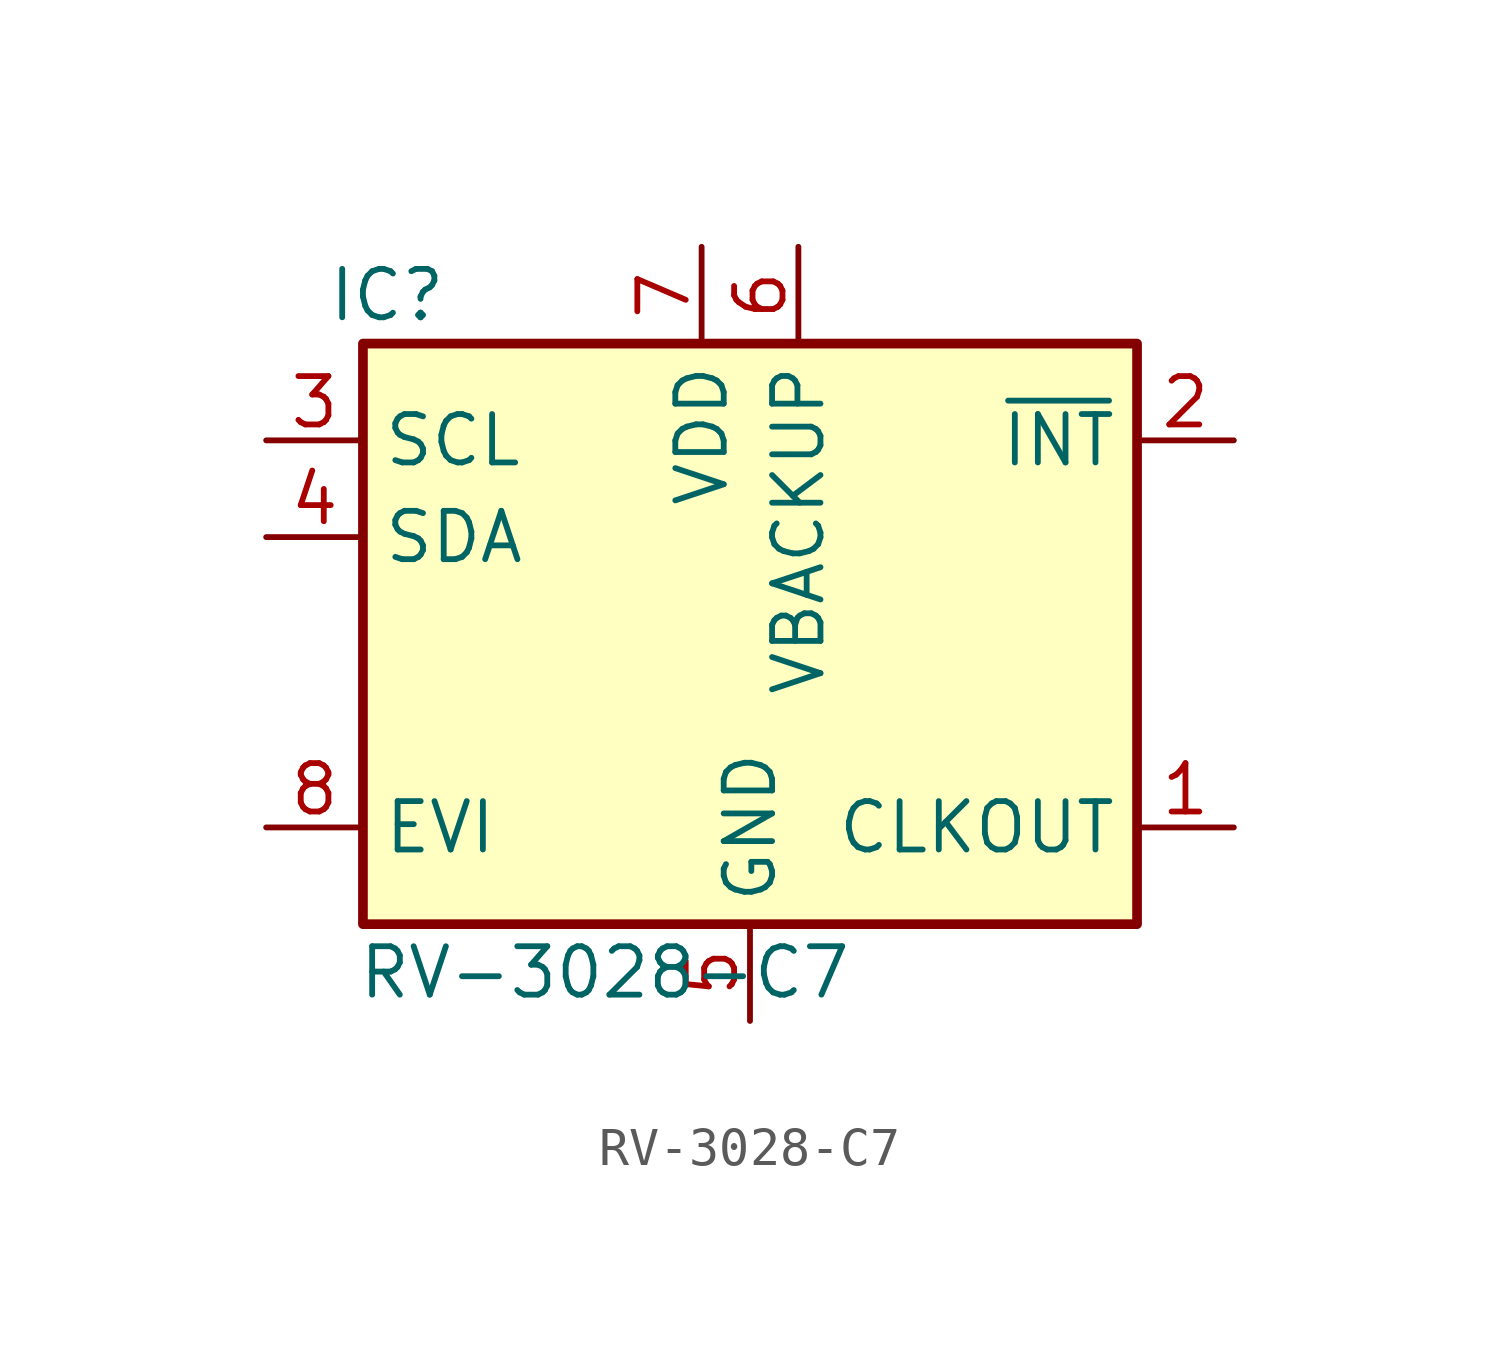
<source format=kicad_sym>
(kicad_symbol_lib
  (version 20220914)
  (generator kicad_symbol_editor)
  (symbol "RV-3028-C7"
    (property "Reference" "IC"
      (at -9.525 8.89 0)
      (effects (font (size 1.27 1.27))))
    (property "Value" "RV-3028-C7"
      (at -3.81 -8.89 0)
      (effects (font (size 1.27 1.27))))
    (symbol "RV-3028-C7_0_1"
      (rectangle (start -10.16 7.62) (end 10.16 -7.62) (stroke (width 0.254) (type default)) (fill (type background))))
    (symbol "RV-3028-C7_1_1"
      (pin open_collector line (at 12.7 -5.08 180) (length 2.54) (name "CLKOUT" (effects (font (size 1.27 1.27)))) (number "1" (effects (font (size 1.27 1.27)))))
      (pin open_collector line (at 12.7 5.08 180) (length 2.54) (name "~{INT}" (effects (font (size 1.27 1.27)))) (number "2" (effects (font (size 1.27 1.27)))))
      (pin input line (at -12.7 5.08 0) (length 2.54) (name "SCL" (effects (font (size 1.27 1.27)))) (number "3" (effects (font (size 1.27 1.27)))))
      (pin bidirectional line (at -12.7 2.54 0) (length 2.54) (name "SDA" (effects (font (size 1.27 1.27)))) (number "4" (effects (font (size 1.27 1.27)))))
      (pin power_in line (at 0 -10.16 90) (length 2.54) (name "GND" (effects (font (size 1.27 1.27)))) (number "5" (effects (font (size 1.27 1.27)))))
      (pin power_in line (at 1.27 10.16 270) (length 2.54) (name "VBACKUP" (effects (font (size 1.27 1.27)))) (number "6" (effects (font (size 1.27 1.27)))))
      (pin power_in line (at -1.27 10.16 270) (length 2.54) (name "VDD" (effects (font (size 1.27 1.27)))) (number "7" (effects (font (size 1.27 1.27)))))
      (pin input line (at -12.7 -5.08 0) (length 2.54) (name "EVI" (effects (font (size 1.27 1.27)))) (number "8" (effects (font (size 1.27 1.27))))))))
</source>
